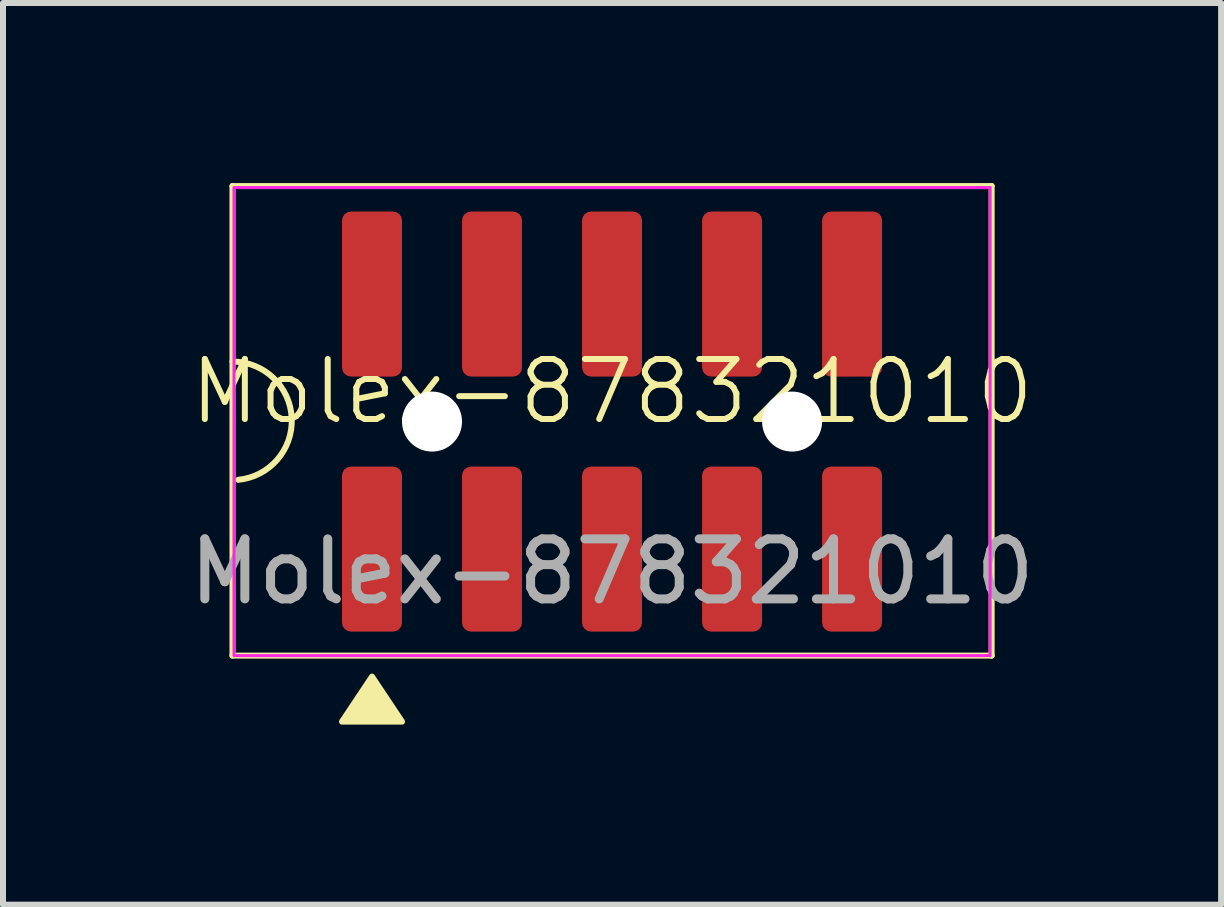
<source format=kicad_pcb>
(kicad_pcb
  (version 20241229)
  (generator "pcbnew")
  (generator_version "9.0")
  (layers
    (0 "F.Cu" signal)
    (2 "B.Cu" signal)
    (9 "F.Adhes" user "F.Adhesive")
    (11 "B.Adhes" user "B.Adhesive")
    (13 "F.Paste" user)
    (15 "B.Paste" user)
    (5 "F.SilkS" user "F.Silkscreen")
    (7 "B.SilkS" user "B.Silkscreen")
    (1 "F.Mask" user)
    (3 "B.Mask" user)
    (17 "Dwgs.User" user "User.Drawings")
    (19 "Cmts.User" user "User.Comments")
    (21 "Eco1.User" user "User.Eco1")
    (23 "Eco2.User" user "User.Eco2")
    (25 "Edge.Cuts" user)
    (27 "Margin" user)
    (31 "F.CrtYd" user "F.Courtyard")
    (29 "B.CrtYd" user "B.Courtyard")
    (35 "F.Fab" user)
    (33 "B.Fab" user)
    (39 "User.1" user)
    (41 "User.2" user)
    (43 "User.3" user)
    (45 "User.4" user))
  (footprint "Molex-878321010"
    (layer "F.Cu")
    (at 7.149 3.975)
    (property "Reference" "Molex-878321010" (at 0 -0.5 0) (unlocked yes) (layer "F.SilkS") (effects (font (size 1 1) (thickness 0.1))))
    (attr through_hole)
    (fp_line (start -6.325 -3.925) (end -6.325 3.9) (stroke (width 0.1) (type default)) (layer "F.SilkS"))
    (fp_line (start -6.325 -3.925) (end 6.325 -3.925) (stroke (width 0.1) (type default)) (layer "F.SilkS"))
    (fp_line (start -6.325 3.9) (end 6.325 3.9) (stroke (width 0.1) (type default)) (layer "F.SilkS"))
    (fp_line (start 6.325 -3.925) (end 6.325 3.9) (stroke (width 0.1) (type default)) (layer "F.SilkS"))
    (fp_arc (start -6.325 -1) (mid -5.338686 -0.060891) (end -6.228335 0.970257) (stroke (width 0.1) (type solid)) (layer "F.SilkS"))
    (fp_poly (pts (xy -4 4.25) (xy -4.5 5) (xy -3.5 5)) (stroke (width 0.1) (type solid)) (fill yes) (layer "F.SilkS"))
    (fp_rect (start -6.3 -3.9) (end 6.3 3.9) (stroke (width 0.05) (type default)) (fill no) (layer "F.CrtYd"))
    (fp_text user "${REFERENCE}" (at 0 2.5 0) (unlocked yes) (layer "F.Fab") (effects (font (size 1 1) (thickness 0.15))))
    (pad "" np_thru_hole circle (at -3 0) (size 1 1) (drill 1) (layers "*.Cu" "*.Mask"))
    (pad "" np_thru_hole circle (at 3 0) (size 1 1) (drill 1) (layers "*.Cu" "*.Mask"))
    (pad "1" smd roundrect (at -4 2.125) (size 1 2.75) (layers "F.Cu" "F.Mask" "F.Paste") (roundrect_rratio 0.15))
    (pad "2" smd roundrect (at -4 -2.125) (size 1 2.75) (layers "F.Cu" "F.Mask" "F.Paste") (roundrect_rratio 0.15))
    (pad "3" smd roundrect (at -2 2.125) (size 1 2.75) (layers "F.Cu" "F.Mask" "F.Paste") (roundrect_rratio 0.15))
    (pad "4" smd roundrect (at -2 -2.125) (size 1 2.75) (layers "F.Cu" "F.Mask" "F.Paste") (roundrect_rratio 0.15))
    (pad "5" smd roundrect (at 0 2.125) (size 1 2.75) (layers "F.Cu" "F.Mask" "F.Paste") (roundrect_rratio 0.15))
    (pad "6" smd roundrect (at 0 -2.125) (size 1 2.75) (layers "F.Cu" "F.Mask" "F.Paste") (roundrect_rratio 0.15))
    (pad "7" smd roundrect (at 2 2.125) (size 1 2.75) (layers "F.Cu" "F.Mask" "F.Paste") (roundrect_rratio 0.15))
    (pad "8" smd roundrect (at 2 -2.125) (size 1 2.75) (layers "F.Cu" "F.Mask" "F.Paste") (roundrect_rratio 0.15))
    (pad "9" smd roundrect (at 4 2.125) (size 1 2.75) (layers "F.Cu" "F.Mask" "F.Paste") (roundrect_rratio 0.15))
    (pad "10" smd roundrect (at 4 -2.125) (size 1 2.75) (layers "F.Cu" "F.Mask" "F.Paste") (roundrect_rratio 0.15)))
  (gr_rect
    (start -3 -3)
    (end 17.298 12.025)
    (stroke (width 0.1) (type default))
    (fill no)
    (layer "Edge.Cuts")))
</source>
